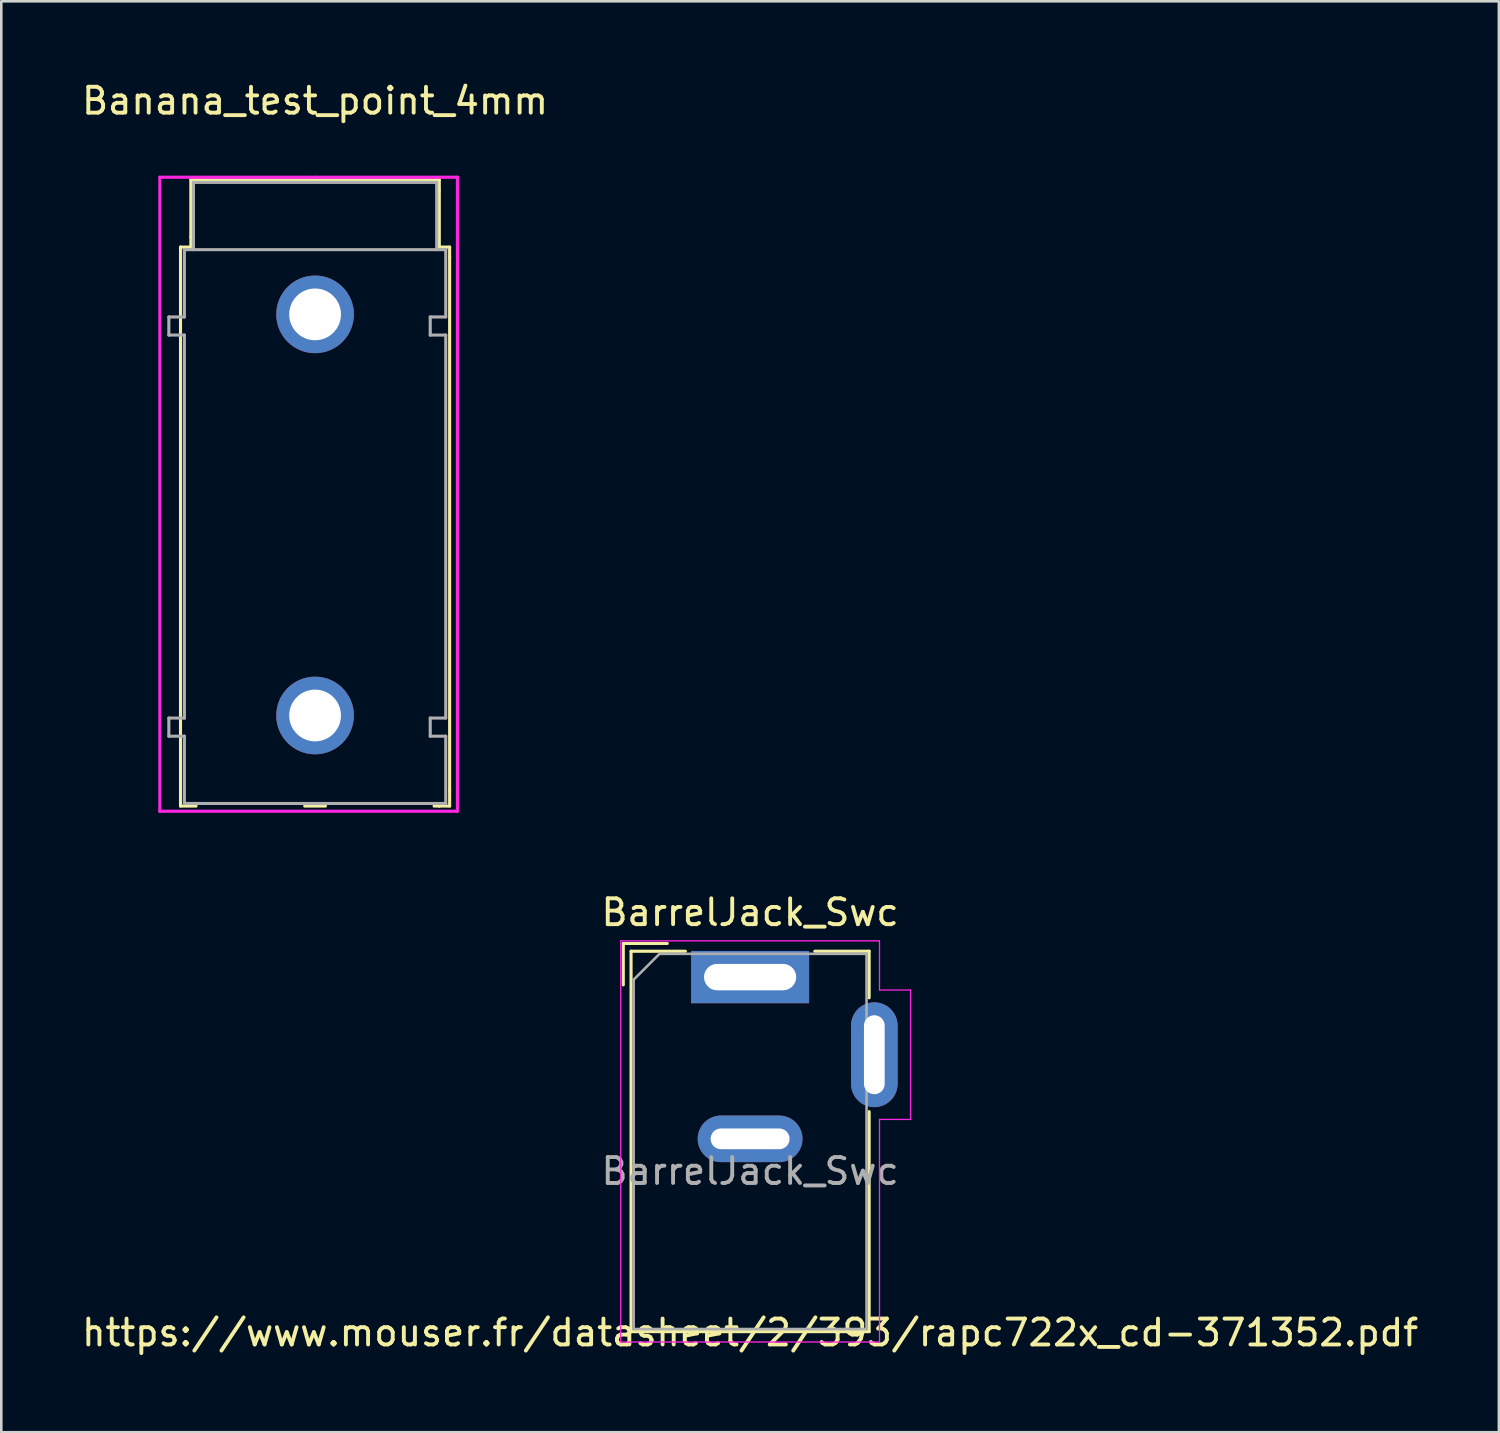
<source format=kicad_pcb>
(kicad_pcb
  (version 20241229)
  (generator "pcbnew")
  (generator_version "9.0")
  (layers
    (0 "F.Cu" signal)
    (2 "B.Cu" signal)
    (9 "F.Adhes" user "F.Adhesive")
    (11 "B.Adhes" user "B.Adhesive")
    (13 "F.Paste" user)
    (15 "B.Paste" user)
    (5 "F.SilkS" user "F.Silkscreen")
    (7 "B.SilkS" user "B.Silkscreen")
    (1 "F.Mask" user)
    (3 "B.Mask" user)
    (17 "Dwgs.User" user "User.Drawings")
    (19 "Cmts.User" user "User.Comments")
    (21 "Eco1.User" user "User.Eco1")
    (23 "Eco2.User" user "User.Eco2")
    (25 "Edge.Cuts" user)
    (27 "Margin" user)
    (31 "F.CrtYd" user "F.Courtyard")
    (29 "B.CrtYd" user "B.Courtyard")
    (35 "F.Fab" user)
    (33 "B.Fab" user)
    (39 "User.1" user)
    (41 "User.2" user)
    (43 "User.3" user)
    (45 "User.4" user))
  (footprint "BarrelJack_Swc"
    (layer "F.Cu")
    (at 25.935 48.447)
    (property "Reference" "BarrelJack_Swc" (at 0 -16.24 180) (layer "F.SilkS") (effects (font (size 1 1) (thickness 0.15))))
    (attr through_hole)
    (fp_line (start -4.9 -15.04) (end -4.9 -13.44) (stroke (width 0.12) (type solid)) (layer "F.SilkS"))
    (fp_line (start -4.6 -14.74) (end -2.5 -14.74) (stroke (width 0.12) (type solid)) (layer "F.SilkS"))
    (fp_line (start -4.6 -0.04) (end -4.6 -14.74) (stroke (width 0.12) (type solid)) (layer "F.SilkS"))
    (fp_line (start -3.2 -15.04) (end -4.9 -15.04) (stroke (width 0.12) (type solid)) (layer "F.SilkS"))
    (fp_line (start 2.5 -14.74) (end 4.6 -14.74) (stroke (width 0.12) (type solid)) (layer "F.SilkS"))
    (fp_line (start 4.6 -14.74) (end 4.6 -12.94) (stroke (width 0.12) (type solid)) (layer "F.SilkS"))
    (fp_line (start 4.6 -8.54) (end 4.6 -0.04) (stroke (width 0.12) (type solid)) (layer "F.SilkS"))
    (fp_line (start 4.6 -0.04) (end -4.6 -0.04) (stroke (width 0.12) (type solid)) (layer "F.SilkS"))
    (fp_line (start -5 -15.14) (end -5 0.36) (stroke (width 0.05) (type solid)) (layer "F.CrtYd"))
    (fp_line (start -5 0.36) (end 5 0.36) (stroke (width 0.05) (type solid)) (layer "F.CrtYd"))
    (fp_line (start 5 -15.14) (end -5 -15.14) (stroke (width 0.05) (type solid)) (layer "F.CrtYd"))
    (fp_line (start 5 -13.24) (end 5 -15.14) (stroke (width 0.05) (type solid)) (layer "F.CrtYd"))
    (fp_line (start 5 0.36) (end 5 -8.24) (stroke (width 0.05) (type solid)) (layer "F.CrtYd"))
    (fp_line (start 6.2 -13.24) (end 5 -13.24) (stroke (width 0.05) (type solid)) (layer "F.CrtYd"))
    (fp_line (start 6.2 -13.24) (end 6.2 -8.24) (stroke (width 0.05) (type solid)) (layer "F.CrtYd"))
    (fp_line (start 6.2 -8.24) (end 5 -8.24) (stroke (width 0.05) (type solid)) (layer "F.CrtYd"))
    (fp_line (start -4.5 -13.64) (end -3.5 -14.64) (stroke (width 0.1) (type solid)) (layer "F.Fab"))
    (fp_line (start -4.5 -0.14) (end -4.5 -13.64) (stroke (width 0.1) (type solid)) (layer "F.Fab"))
    (fp_line (start 4.5 -14.64) (end -3.5 -14.64) (stroke (width 0.1) (type solid)) (layer "F.Fab"))
    (fp_line (start 4.5 -14.64) (end 4.5 -0.14) (stroke (width 0.1) (type solid)) (layer "F.Fab"))
    (fp_line (start 4.5 -0.14) (end -4.5 -0.14) (stroke (width 0.1) (type solid)) (layer "F.Fab"))
    (fp_text user "https://www.mouser.fr/datasheet/2/393/rapc722x_cd-371352.pdf" (at 0 0 0) (layer "F.SilkS") (effects (font (size 1 1) (thickness 0.15))))
    (fp_text user "${REFERENCE}" (at 0 -6.24 180) (layer "F.Fab") (effects (font (size 1 1) (thickness 0.15))))
    (pad "1" thru_hole rect (at 0 -13.74) (size 4.56 2.02) (drill oval 3.56 1.02) (layers "*.Cu" "*.Mask"))
    (pad "2" thru_hole oval (at 4.8 -10.74 90) (size 4.05 1.8) (drill oval 3.05 0.8) (layers "*.Cu" "*.Mask"))
    (pad "3" thru_hole oval (at 0 -7.49) (size 4.05 1.8) (drill oval 3.05 0.8) (layers "*.Cu" "*.Mask")))
  (footprint "Banana_test_point_4mm"
    (layer "F.Cu")
    (at 9.125 16.848)
    (property "Reference" "Banana_test_point_4mm" (at 0 -16 0) (layer "F.SilkS") (effects (font (size 1 1) (thickness 0.15))))
    (attr through_hole)
    (fp_line (start -5.2 -10.35) (end -4.8 -10.35) (stroke (width 0.12) (type solid)) (layer "F.SilkS"))
    (fp_line (start -5.2 -9.95) (end -5.2 -10.35) (stroke (width 0.12) (type solid)) (layer "F.SilkS"))
    (fp_line (start -5.2 -9.95) (end -5.2 10.65) (stroke (width 0.12) (type solid)) (layer "F.SilkS"))
    (fp_line (start -5.2 10.65) (end -5.2 11.25) (stroke (width 0.12) (type solid)) (layer "F.SilkS"))
    (fp_line (start -5.2 11.25) (end -4.6 11.25) (stroke (width 0.12) (type solid)) (layer "F.SilkS"))
    (fp_line (start -4.8 -12.95) (end -4.4 -12.95) (stroke (width 0.12) (type solid)) (layer "F.SilkS"))
    (fp_line (start -4.8 -10.75) (end -4.8 -12.95) (stroke (width 0.12) (type solid)) (layer "F.SilkS"))
    (fp_line (start -4.8 -10.35) (end -4.8 -10.75) (stroke (width 0.12) (type solid)) (layer "F.SilkS"))
    (fp_line (start -4.4 -12.95) (end 4.4 -12.95) (stroke (width 0.12) (type solid)) (layer "F.SilkS"))
    (fp_line (start -0.4 11.25) (end 0.4 11.25) (stroke (width 0.12) (type solid)) (layer "F.SilkS"))
    (fp_line (start 4.4 -12.95) (end 4.8 -12.95) (stroke (width 0.12) (type solid)) (layer "F.SilkS"))
    (fp_line (start 4.8 -12.95) (end 4.8 -12.55) (stroke (width 0.12) (type solid)) (layer "F.SilkS"))
    (fp_line (start 4.8 -12.55) (end 4.8 -10.35) (stroke (width 0.12) (type solid)) (layer "F.SilkS"))
    (fp_line (start 4.8 -10.35) (end 5.2 -10.35) (stroke (width 0.12) (type solid)) (layer "F.SilkS"))
    (fp_line (start 4.8 11.25) (end 4.6 11.25) (stroke (width 0.12) (type solid)) (layer "F.SilkS"))
    (fp_line (start 4.8 11.25) (end 5.2 11.25) (stroke (width 0.12) (type solid)) (layer "F.SilkS"))
    (fp_line (start 5.2 -10.35) (end 5.2 -9.95) (stroke (width 0.12) (type solid)) (layer "F.SilkS"))
    (fp_line (start 5.2 -9.95) (end 5.2 10.65) (stroke (width 0.12) (type solid)) (layer "F.SilkS"))
    (fp_line (start 5.2 11.25) (end 5.2 10.65) (stroke (width 0.12) (type solid)) (layer "F.SilkS"))
    (fp_line (start -6 -13.05) (end -6 11.45) (stroke (width 0.12) (type solid)) (layer "F.CrtYd"))
    (fp_line (start -6 11.45) (end 5.5 11.45) (stroke (width 0.12) (type solid)) (layer "F.CrtYd"))
    (fp_line (start 0 -13.05) (end -6 -13.05) (stroke (width 0.12) (type solid)) (layer "F.CrtYd"))
    (fp_line (start 5.5 -13.05) (end 0 -13.05) (stroke (width 0.12) (type solid)) (layer "F.CrtYd"))
    (fp_line (start 5.5 11.45) (end 5.5 -13.05) (stroke (width 0.12) (type solid)) (layer "F.CrtYd"))
    (fp_line (start -5.65 -7.65) (end -5.65 -6.95) (stroke (width 0.12) (type solid)) (layer "F.Fab"))
    (fp_line (start -5.65 -6.95) (end -5.05 -6.95) (stroke (width 0.12) (type solid)) (layer "F.Fab"))
    (fp_line (start -5.65 7.85) (end -5.65 8.55) (stroke (width 0.12) (type solid)) (layer "F.Fab"))
    (fp_line (start -5.65 8.55) (end -5.05 8.55) (stroke (width 0.12) (type solid)) (layer "F.Fab"))
    (fp_line (start -5.05 -10.25) (end -5.05 -7.65) (stroke (width 0.12) (type solid)) (layer "F.Fab"))
    (fp_line (start -5.05 -7.65) (end -5.65 -7.65) (stroke (width 0.12) (type solid)) (layer "F.Fab"))
    (fp_line (start -5.05 -6.95) (end -5.05 7.85) (stroke (width 0.12) (type solid)) (layer "F.Fab"))
    (fp_line (start -5.05 7.85) (end -5.65 7.85) (stroke (width 0.12) (type solid)) (layer "F.Fab"))
    (fp_line (start -5.05 8.55) (end -5.05 11.15) (stroke (width 0.12) (type solid)) (layer "F.Fab"))
    (fp_line (start -5.05 11.15) (end 5.05 11.15) (stroke (width 0.12) (type solid)) (layer "F.Fab"))
    (fp_line (start -4.7 -12.85) (end -4.7 -10.25) (stroke (width 0.12) (type solid)) (layer "F.Fab"))
    (fp_line (start -4.7 -12.85) (end 4.7 -12.85) (stroke (width 0.12) (type solid)) (layer "F.Fab"))
    (fp_line (start 4.45 -7.65) (end 4.45 -6.95) (stroke (width 0.12) (type solid)) (layer "F.Fab"))
    (fp_line (start 4.45 -6.95) (end 5.05 -6.95) (stroke (width 0.12) (type solid)) (layer "F.Fab"))
    (fp_line (start 4.45 7.85) (end 4.45 8.55) (stroke (width 0.12) (type solid)) (layer "F.Fab"))
    (fp_line (start 4.45 8.55) (end 5.05 8.55) (stroke (width 0.12) (type solid)) (layer "F.Fab"))
    (fp_line (start 4.7 -12.85) (end 4.7 -10.25) (stroke (width 0.12) (type solid)) (layer "F.Fab"))
    (fp_line (start 5.05 -10.25) (end -5.05 -10.25) (stroke (width 0.12) (type solid)) (layer "F.Fab"))
    (fp_line (start 5.05 -7.65) (end 4.45 -7.65) (stroke (width 0.12) (type solid)) (layer "F.Fab"))
    (fp_line (start 5.05 -7.65) (end 5.05 -10.25) (stroke (width 0.12) (type solid)) (layer "F.Fab"))
    (fp_line (start 5.05 7.85) (end 4.45 7.85) (stroke (width 0.12) (type solid)) (layer "F.Fab"))
    (fp_line (start 5.05 7.85) (end 5.05 -6.95) (stroke (width 0.12) (type solid)) (layer "F.Fab"))
    (fp_line (start 5.05 11.15) (end 5.05 8.55) (stroke (width 0.12) (type solid)) (layer "F.Fab"))
    (pad "1" thru_hole circle (at 0 -7.75) (size 3 3) (drill 2) (layers "*.Cu" "*.Mask"))
    (pad "1" thru_hole circle (at 0 7.75) (size 3 3) (drill 2) (layers "*.Cu" "*.Mask")))
  (gr_rect
    (start -3 -3)
    (end 54.869 52.295)
    (stroke (width 0.1) (type default))
    (fill no)
    (layer "Edge.Cuts")))
</source>
